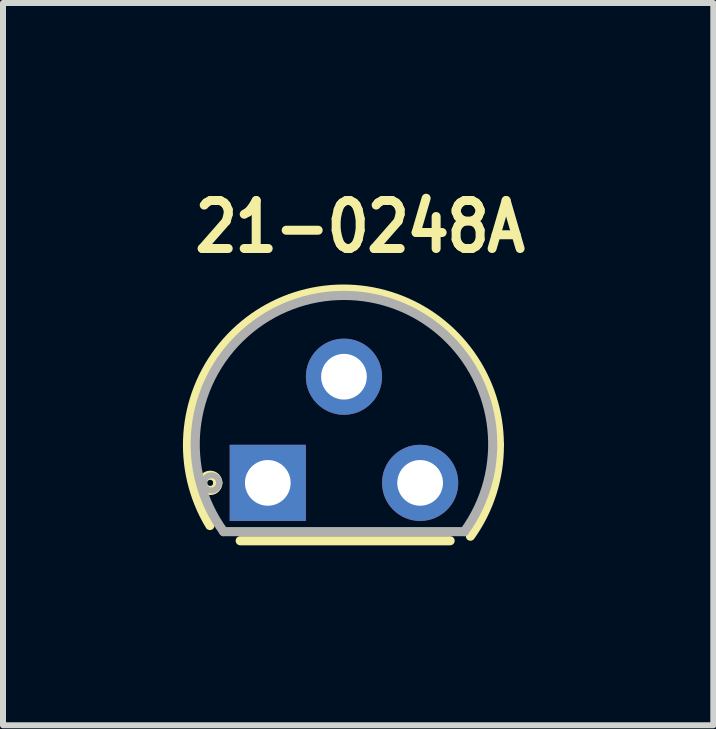
<source format=kicad_pcb>
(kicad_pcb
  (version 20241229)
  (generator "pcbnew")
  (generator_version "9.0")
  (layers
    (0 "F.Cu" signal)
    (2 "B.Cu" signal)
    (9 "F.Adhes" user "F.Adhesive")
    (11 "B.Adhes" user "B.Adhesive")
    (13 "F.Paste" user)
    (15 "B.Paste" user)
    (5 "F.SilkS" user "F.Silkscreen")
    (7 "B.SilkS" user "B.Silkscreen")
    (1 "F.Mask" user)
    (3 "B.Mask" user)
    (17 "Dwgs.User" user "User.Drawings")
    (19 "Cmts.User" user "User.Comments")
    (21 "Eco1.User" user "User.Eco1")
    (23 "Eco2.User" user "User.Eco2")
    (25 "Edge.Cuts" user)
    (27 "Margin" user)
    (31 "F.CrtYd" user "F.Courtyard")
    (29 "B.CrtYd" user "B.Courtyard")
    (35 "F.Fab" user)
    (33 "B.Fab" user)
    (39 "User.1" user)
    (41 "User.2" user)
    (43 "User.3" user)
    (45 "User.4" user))
  (footprint "21-0248A"
    (layer "F.Cu")
    (at 3.955 3.731)
    (property "Reference" "21-0248A" (at -1 -3 0) (layer "F.SilkS") (effects (font (size 0.8 0.7) (thickness 0.15) (bold yes))))
    (attr through_hole)
    (fp_line (start -3 2.235) (end 0.5 2.235) (stroke (width 0.152) (type solid)) (layer "F.SilkS"))
    (fp_arc (start -3.627 1.27) (mid -3.5 1.143) (end -3.373 1.27) (stroke (width 0.1524) (type solid)) (layer "F.SilkS"))
    (fp_arc (start -3.5052 1.9812) (mid -1.977371 -1.865156) (end 1.3208 0.635) (stroke (width 0.1524) (type solid)) (layer "F.SilkS"))
    (fp_arc (start -3.373 1.27) (mid -3.5 1.397) (end -3.627 1.27) (stroke (width 0.1524) (type solid)) (layer "F.SilkS"))
    (fp_arc (start 1.3208 0.635) (mid 1.200189 1.435218) (end 0.8382 2.159) (stroke (width 0.1524) (type solid)) (layer "F.SilkS"))
    (fp_line (start -3.277 2.083) (end 0.737 2.083) (stroke (width 0.152) (type solid)) (layer "F.Fab"))
    (fp_arc (start -3.6068 1.27) (mid -3.4798 1.143) (end -3.3528 1.27) (stroke (width 0.1) (type solid)) (layer "F.Fab"))
    (fp_arc (start -3.3528 1.27) (mid -3.4798 1.397) (end -3.6068 1.27) (stroke (width 0.1) (type solid)) (layer "F.Fab"))
    (fp_arc (start -3.2766 2.0828) (mid -1.27 -1.855374) (end 0.7366 2.0828) (stroke (width 0.1524) (type solid)) (layer "F.Fab"))
    (pad "1" thru_hole rect (at -2.54 1.27) (size 1.27 1.27) (drill 0.762) (layers "*.Cu" "*.Mask"))
    (pad "2" thru_hole circle (at -1.27 -0.5) (size 1.27 1.27) (drill 0.762) (layers "*.Cu" "*.Mask"))
    (pad "3" thru_hole circle (at 0 1.27) (size 1.27 1.27) (drill 0.762) (layers "*.Cu" "*.Mask")))
  (gr_rect
    (start -3 -3)
    (end 8.843 9.043)
    (stroke (width 0.1) (type default))
    (fill no)
    (layer "Edge.Cuts")))
</source>
